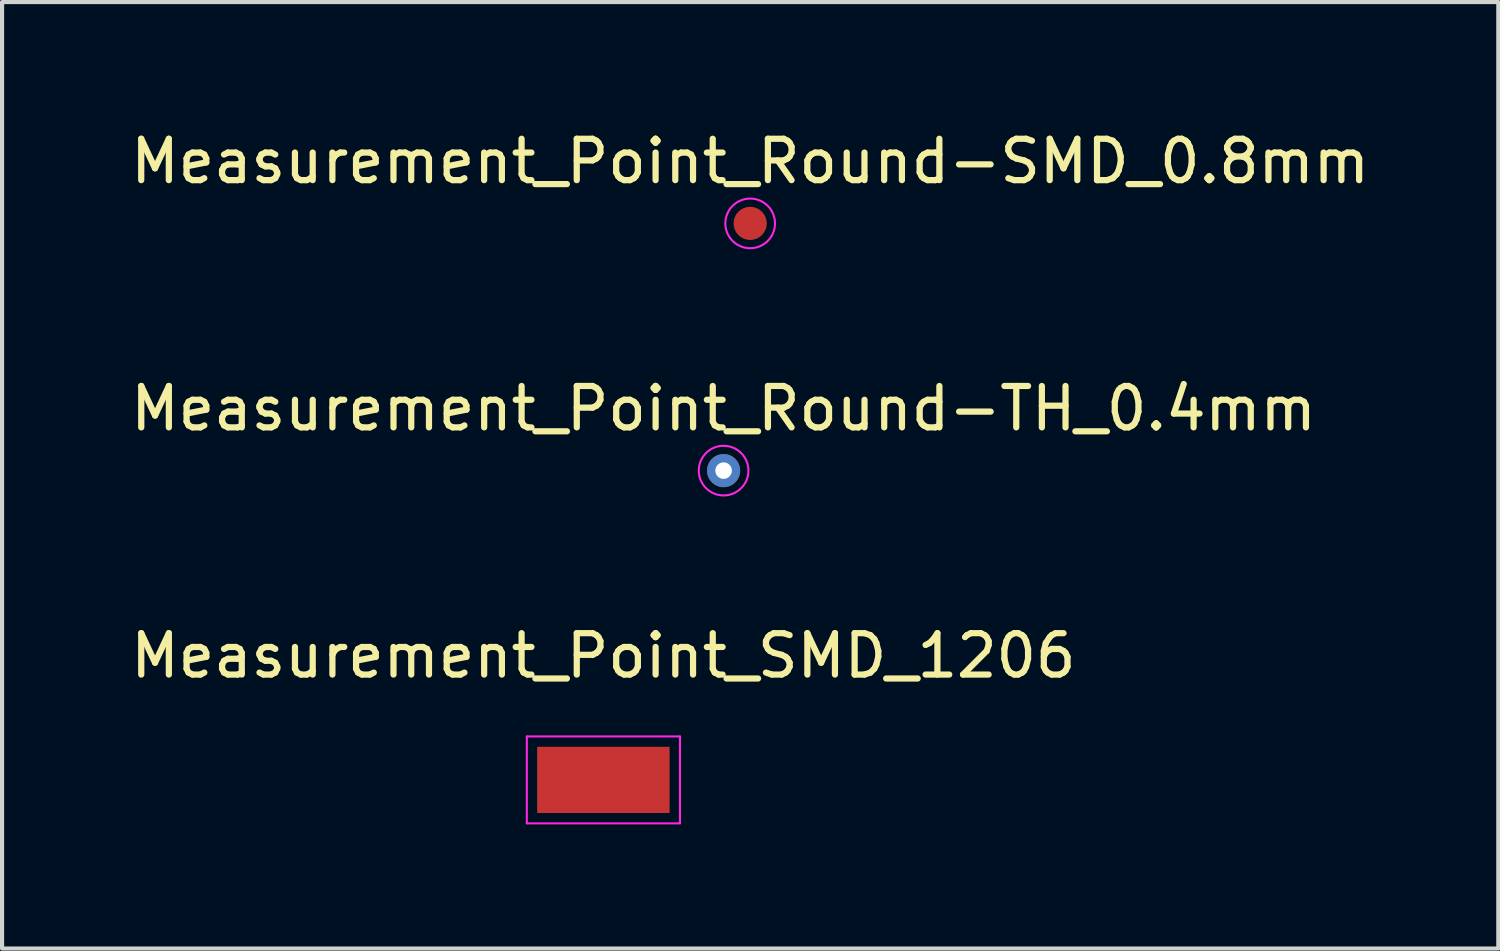
<source format=kicad_pcb>
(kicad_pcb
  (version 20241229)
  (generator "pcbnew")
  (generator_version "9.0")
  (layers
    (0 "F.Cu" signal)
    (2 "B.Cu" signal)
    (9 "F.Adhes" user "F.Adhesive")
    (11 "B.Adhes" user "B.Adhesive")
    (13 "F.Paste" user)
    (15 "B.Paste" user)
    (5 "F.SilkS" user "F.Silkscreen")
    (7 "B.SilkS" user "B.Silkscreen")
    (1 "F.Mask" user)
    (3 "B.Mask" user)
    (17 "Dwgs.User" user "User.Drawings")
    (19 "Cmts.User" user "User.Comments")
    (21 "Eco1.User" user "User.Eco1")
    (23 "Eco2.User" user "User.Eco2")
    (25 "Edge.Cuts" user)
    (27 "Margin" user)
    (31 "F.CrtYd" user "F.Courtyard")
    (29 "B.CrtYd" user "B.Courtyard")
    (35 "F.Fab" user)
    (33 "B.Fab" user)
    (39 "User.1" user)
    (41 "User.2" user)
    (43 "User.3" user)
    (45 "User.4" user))
  (footprint "Measurement_Point_Round-SMD_0.8mm"
    (layer "F.Cu")
    (at 15.077 2.348)
    (property "Reference" "Measurement_Point_Round-SMD_0.8mm" (at 0 -1.5 0) (layer "F.SilkS") (effects (font (size 1 1) (thickness 0.15))))
    (attr through_hole)
    (fp_circle (center 0 0) (end 0.6 0) (stroke (width 0.05) (type solid)) (fill no) (layer "F.CrtYd"))
    (pad "1" smd circle (at 0 0) (size 0.8 0.8) (layers "F.Cu" "F.Mask" "F.Paste")))
  (footprint "Measurement_Point_Round-TH_0.4mm"
    (layer "F.Cu")
    (at 14.435 8.322)
    (property "Reference" "Measurement_Point_Round-TH_0.4mm" (at 0 -1.5 0) (layer "F.SilkS") (effects (font (size 1 1) (thickness 0.15))))
    (attr through_hole)
    (fp_circle (center 0 0) (end 0.6 0) (stroke (width 0.05) (type solid)) (fill no) (layer "F.CrtYd"))
    (pad "1" thru_hole circle (at 0 0) (size 0.8 0.8) (drill 0.4) (layers "*.Cu" "*.Mask")))
  (footprint "Measurement_Point_SMD_1206"
    (layer "F.Cu")
    (at 11.53 15.795)
    (property "Reference" "Measurement_Point_SMD_1206" (at 0 -3 0) (layer "F.SilkS") (effects (font (size 1 1) (thickness 0.15))))
    (attr exclude_from_pos_files exclude_from_bom)
    (fp_line (start -1.85 -1.05) (end 1.85 -1.05) (stroke (width 0.05) (type solid)) (layer "F.CrtYd"))
    (fp_line (start -1.85 1.05) (end -1.85 -1.05) (stroke (width 0.05) (type solid)) (layer "F.CrtYd"))
    (fp_line (start 1.85 -1.05) (end 1.85 1.05) (stroke (width 0.05) (type solid)) (layer "F.CrtYd"))
    (fp_line (start 1.85 1.05) (end -1.85 1.05) (stroke (width 0.05) (type solid)) (layer "F.CrtYd"))
    (pad "1" smd rect (at 0 0) (size 3.2 1.6) (layers "F.Cu" "F.Mask")))
  (gr_rect
    (start -3 -3)
    (end 33.155 19.87)
    (stroke (width 0.1) (type default))
    (fill no)
    (layer "Edge.Cuts")))
</source>
